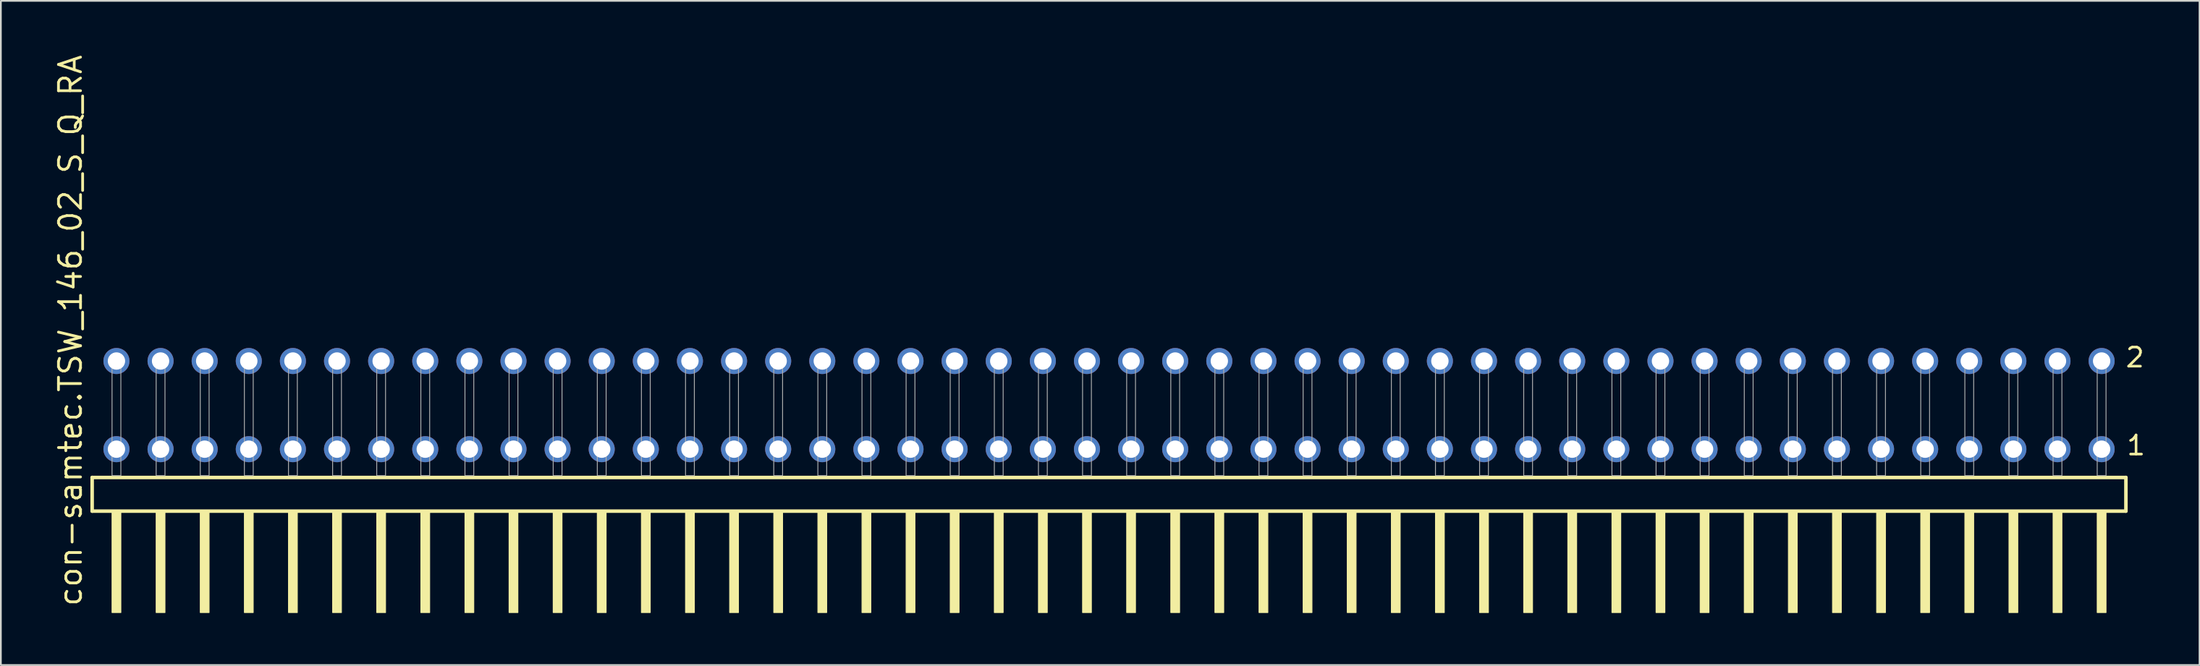
<source format=kicad_pcb>
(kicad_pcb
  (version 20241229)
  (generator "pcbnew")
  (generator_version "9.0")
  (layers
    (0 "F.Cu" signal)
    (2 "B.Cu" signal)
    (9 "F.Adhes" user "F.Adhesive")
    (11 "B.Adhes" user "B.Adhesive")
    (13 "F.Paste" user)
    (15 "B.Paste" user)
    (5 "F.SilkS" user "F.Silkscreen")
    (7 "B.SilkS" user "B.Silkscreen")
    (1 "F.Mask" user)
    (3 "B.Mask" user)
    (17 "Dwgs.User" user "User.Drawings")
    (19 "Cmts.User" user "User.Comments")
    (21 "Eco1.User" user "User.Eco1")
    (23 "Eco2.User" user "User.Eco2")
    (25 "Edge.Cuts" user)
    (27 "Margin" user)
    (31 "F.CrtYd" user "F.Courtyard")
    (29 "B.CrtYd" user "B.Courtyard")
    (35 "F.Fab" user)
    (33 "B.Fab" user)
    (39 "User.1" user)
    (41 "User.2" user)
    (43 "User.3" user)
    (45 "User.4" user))
  (footprint "con-samtec.TSW_146_02_S_Q_RA"
    (layer "F.Cu")
    (at 60.805 24.356)
    (property "Reference" "con-samtec.TSW_146_02_S_Q_RA" (at -59.055 7.62 90) (layer "F.SilkS") (effects (font (size 1.27 1.27) (thickness 0.16)) (justify left bottom)))
    (attr through_hole)
    (fp_line (start -58.549 0.106) (end -58.549 2.046) (stroke (width 0.203) (type default)) (layer "F.SilkS"))
    (fp_line (start -58.549 2.046) (end 58.549 2.046) (stroke (width 0.203) (type default)) (layer "F.SilkS"))
    (fp_line (start 58.549 0.106) (end -58.549 0.106) (stroke (width 0.203) (type default)) (layer "F.SilkS"))
    (fp_line (start 58.549 2.046) (end 58.549 0.106) (stroke (width 0.203) (type default)) (layer "F.SilkS"))
    (fp_rect (start -57.404 7.89) (end -56.896 2.04) (stroke (width 0.05) (type default)) (fill yes) (layer "F.SilkS"))
    (fp_rect (start -54.864 7.89) (end -54.356 2.04) (stroke (width 0.05) (type default)) (fill yes) (layer "F.SilkS"))
    (fp_rect (start -52.324 7.89) (end -51.816 2.04) (stroke (width 0.05) (type default)) (fill yes) (layer "F.SilkS"))
    (fp_rect (start -49.784 7.89) (end -49.276 2.04) (stroke (width 0.05) (type default)) (fill yes) (layer "F.SilkS"))
    (fp_rect (start -47.244 7.89) (end -46.736 2.04) (stroke (width 0.05) (type default)) (fill yes) (layer "F.SilkS"))
    (fp_rect (start -44.704 7.89) (end -44.196 2.04) (stroke (width 0.05) (type default)) (fill yes) (layer "F.SilkS"))
    (fp_rect (start -42.164 7.89) (end -41.656 2.04) (stroke (width 0.05) (type default)) (fill yes) (layer "F.SilkS"))
    (fp_rect (start -39.624 7.89) (end -39.116 2.04) (stroke (width 0.05) (type default)) (fill yes) (layer "F.SilkS"))
    (fp_rect (start -37.084 7.89) (end -36.576 2.04) (stroke (width 0.05) (type default)) (fill yes) (layer "F.SilkS"))
    (fp_rect (start -34.544 7.89) (end -34.036 2.04) (stroke (width 0.05) (type default)) (fill yes) (layer "F.SilkS"))
    (fp_rect (start -32.004 7.89) (end -31.496 2.04) (stroke (width 0.05) (type default)) (fill yes) (layer "F.SilkS"))
    (fp_rect (start -29.464 7.89) (end -28.956 2.04) (stroke (width 0.05) (type default)) (fill yes) (layer "F.SilkS"))
    (fp_rect (start -26.924 7.89) (end -26.416 2.04) (stroke (width 0.05) (type default)) (fill yes) (layer "F.SilkS"))
    (fp_rect (start -24.384 7.89) (end -23.876 2.04) (stroke (width 0.05) (type default)) (fill yes) (layer "F.SilkS"))
    (fp_rect (start -21.844 7.89) (end -21.336 2.04) (stroke (width 0.05) (type default)) (fill yes) (layer "F.SilkS"))
    (fp_rect (start -19.304 7.89) (end -18.796 2.04) (stroke (width 0.05) (type default)) (fill yes) (layer "F.SilkS"))
    (fp_rect (start -16.764 7.89) (end -16.256 2.04) (stroke (width 0.05) (type default)) (fill yes) (layer "F.SilkS"))
    (fp_rect (start -14.224 7.89) (end -13.716 2.04) (stroke (width 0.05) (type default)) (fill yes) (layer "F.SilkS"))
    (fp_rect (start -11.684 7.89) (end -11.176 2.04) (stroke (width 0.05) (type default)) (fill yes) (layer "F.SilkS"))
    (fp_rect (start -9.144 7.89) (end -8.636 2.04) (stroke (width 0.05) (type default)) (fill yes) (layer "F.SilkS"))
    (fp_rect (start -6.604 7.89) (end -6.096 2.04) (stroke (width 0.05) (type default)) (fill yes) (layer "F.SilkS"))
    (fp_rect (start -4.064 7.89) (end -3.556 2.04) (stroke (width 0.05) (type default)) (fill yes) (layer "F.SilkS"))
    (fp_rect (start -1.524 7.89) (end -1.016 2.04) (stroke (width 0.05) (type default)) (fill yes) (layer "F.SilkS"))
    (fp_rect (start 1.016 7.89) (end 1.524 2.04) (stroke (width 0.05) (type default)) (fill yes) (layer "F.SilkS"))
    (fp_rect (start 3.556 7.89) (end 4.064 2.04) (stroke (width 0.05) (type default)) (fill yes) (layer "F.SilkS"))
    (fp_rect (start 6.096 7.89) (end 6.604 2.04) (stroke (width 0.05) (type default)) (fill yes) (layer "F.SilkS"))
    (fp_rect (start 8.636 7.89) (end 9.144 2.04) (stroke (width 0.05) (type default)) (fill yes) (layer "F.SilkS"))
    (fp_rect (start 11.176 7.89) (end 11.684 2.04) (stroke (width 0.05) (type default)) (fill yes) (layer "F.SilkS"))
    (fp_rect (start 13.716 7.89) (end 14.224 2.04) (stroke (width 0.05) (type default)) (fill yes) (layer "F.SilkS"))
    (fp_rect (start 16.256 7.89) (end 16.764 2.04) (stroke (width 0.05) (type default)) (fill yes) (layer "F.SilkS"))
    (fp_rect (start 18.796 7.89) (end 19.304 2.04) (stroke (width 0.05) (type default)) (fill yes) (layer "F.SilkS"))
    (fp_rect (start 21.336 7.89) (end 21.844 2.04) (stroke (width 0.05) (type default)) (fill yes) (layer "F.SilkS"))
    (fp_rect (start 23.876 7.89) (end 24.384 2.04) (stroke (width 0.05) (type default)) (fill yes) (layer "F.SilkS"))
    (fp_rect (start 26.416 7.89) (end 26.924 2.04) (stroke (width 0.05) (type default)) (fill yes) (layer "F.SilkS"))
    (fp_rect (start 28.956 7.89) (end 29.464 2.04) (stroke (width 0.05) (type default)) (fill yes) (layer "F.SilkS"))
    (fp_rect (start 31.496 7.89) (end 32.004 2.04) (stroke (width 0.05) (type default)) (fill yes) (layer "F.SilkS"))
    (fp_rect (start 34.036 7.89) (end 34.544 2.04) (stroke (width 0.05) (type default)) (fill yes) (layer "F.SilkS"))
    (fp_rect (start 36.576 7.89) (end 37.084 2.04) (stroke (width 0.05) (type default)) (fill yes) (layer "F.SilkS"))
    (fp_rect (start 39.116 7.89) (end 39.624 2.04) (stroke (width 0.05) (type default)) (fill yes) (layer "F.SilkS"))
    (fp_rect (start 41.656 7.89) (end 42.164 2.04) (stroke (width 0.05) (type default)) (fill yes) (layer "F.SilkS"))
    (fp_rect (start 44.196 7.89) (end 44.704 2.04) (stroke (width 0.05) (type default)) (fill yes) (layer "F.SilkS"))
    (fp_rect (start 46.736 7.89) (end 47.244 2.04) (stroke (width 0.05) (type default)) (fill yes) (layer "F.SilkS"))
    (fp_rect (start 49.276 7.89) (end 49.784 2.04) (stroke (width 0.05) (type default)) (fill yes) (layer "F.SilkS"))
    (fp_rect (start 51.816 7.89) (end 52.324 2.04) (stroke (width 0.05) (type default)) (fill yes) (layer "F.SilkS"))
    (fp_rect (start 54.356 7.89) (end 54.864 2.04) (stroke (width 0.05) (type default)) (fill yes) (layer "F.SilkS"))
    (fp_rect (start 56.896 7.89) (end 57.404 2.04) (stroke (width 0.05) (type default)) (fill yes) (layer "F.SilkS"))
    (fp_rect (start -57.404 0) (end -56.896 -6.858) (stroke (width 0.05) (type default)) (fill no) (layer "F.Fab"))
    (fp_rect (start -54.864 0) (end -54.356 -6.858) (stroke (width 0.05) (type default)) (fill no) (layer "F.Fab"))
    (fp_rect (start -52.324 0) (end -51.816 -6.858) (stroke (width 0.05) (type default)) (fill no) (layer "F.Fab"))
    (fp_rect (start -49.784 0) (end -49.276 -6.858) (stroke (width 0.05) (type default)) (fill no) (layer "F.Fab"))
    (fp_rect (start -47.244 0) (end -46.736 -6.858) (stroke (width 0.05) (type default)) (fill no) (layer "F.Fab"))
    (fp_rect (start -44.704 0) (end -44.196 -6.858) (stroke (width 0.05) (type default)) (fill no) (layer "F.Fab"))
    (fp_rect (start -42.164 0) (end -41.656 -6.858) (stroke (width 0.05) (type default)) (fill no) (layer "F.Fab"))
    (fp_rect (start -39.624 0) (end -39.116 -6.858) (stroke (width 0.05) (type default)) (fill no) (layer "F.Fab"))
    (fp_rect (start -37.084 0) (end -36.576 -6.858) (stroke (width 0.05) (type default)) (fill no) (layer "F.Fab"))
    (fp_rect (start -34.544 0) (end -34.036 -6.858) (stroke (width 0.05) (type default)) (fill no) (layer "F.Fab"))
    (fp_rect (start -32.004 0) (end -31.496 -6.858) (stroke (width 0.05) (type default)) (fill no) (layer "F.Fab"))
    (fp_rect (start -29.464 0) (end -28.956 -6.858) (stroke (width 0.05) (type default)) (fill no) (layer "F.Fab"))
    (fp_rect (start -26.924 0) (end -26.416 -6.858) (stroke (width 0.05) (type default)) (fill no) (layer "F.Fab"))
    (fp_rect (start -24.384 0) (end -23.876 -6.858) (stroke (width 0.05) (type default)) (fill no) (layer "F.Fab"))
    (fp_rect (start -21.844 0) (end -21.336 -6.858) (stroke (width 0.05) (type default)) (fill no) (layer "F.Fab"))
    (fp_rect (start -19.304 0) (end -18.796 -6.858) (stroke (width 0.05) (type default)) (fill no) (layer "F.Fab"))
    (fp_rect (start -16.764 0) (end -16.256 -6.858) (stroke (width 0.05) (type default)) (fill no) (layer "F.Fab"))
    (fp_rect (start -14.224 0) (end -13.716 -6.858) (stroke (width 0.05) (type default)) (fill no) (layer "F.Fab"))
    (fp_rect (start -11.684 0) (end -11.176 -6.858) (stroke (width 0.05) (type default)) (fill no) (layer "F.Fab"))
    (fp_rect (start -9.144 0) (end -8.636 -6.858) (stroke (width 0.05) (type default)) (fill no) (layer "F.Fab"))
    (fp_rect (start -6.604 0) (end -6.096 -6.858) (stroke (width 0.05) (type default)) (fill no) (layer "F.Fab"))
    (fp_rect (start -4.064 0) (end -3.556 -6.858) (stroke (width 0.05) (type default)) (fill no) (layer "F.Fab"))
    (fp_rect (start -1.524 0) (end -1.016 -6.858) (stroke (width 0.05) (type default)) (fill no) (layer "F.Fab"))
    (fp_rect (start 1.016 0) (end 1.524 -6.858) (stroke (width 0.05) (type default)) (fill no) (layer "F.Fab"))
    (fp_rect (start 3.556 0) (end 4.064 -6.858) (stroke (width 0.05) (type default)) (fill no) (layer "F.Fab"))
    (fp_rect (start 6.096 0) (end 6.604 -6.858) (stroke (width 0.05) (type default)) (fill no) (layer "F.Fab"))
    (fp_rect (start 8.636 0) (end 9.144 -6.858) (stroke (width 0.05) (type default)) (fill no) (layer "F.Fab"))
    (fp_rect (start 11.176 0) (end 11.684 -6.858) (stroke (width 0.05) (type default)) (fill no) (layer "F.Fab"))
    (fp_rect (start 13.716 0) (end 14.224 -6.858) (stroke (width 0.05) (type default)) (fill no) (layer "F.Fab"))
    (fp_rect (start 16.256 0) (end 16.764 -6.858) (stroke (width 0.05) (type default)) (fill no) (layer "F.Fab"))
    (fp_rect (start 18.796 0) (end 19.304 -6.858) (stroke (width 0.05) (type default)) (fill no) (layer "F.Fab"))
    (fp_rect (start 21.336 0) (end 21.844 -6.858) (stroke (width 0.05) (type default)) (fill no) (layer "F.Fab"))
    (fp_rect (start 23.876 0) (end 24.384 -6.858) (stroke (width 0.05) (type default)) (fill no) (layer "F.Fab"))
    (fp_rect (start 26.416 0) (end 26.924 -6.858) (stroke (width 0.05) (type default)) (fill no) (layer "F.Fab"))
    (fp_rect (start 28.956 0) (end 29.464 -6.858) (stroke (width 0.05) (type default)) (fill no) (layer "F.Fab"))
    (fp_rect (start 31.496 0) (end 32.004 -6.858) (stroke (width 0.05) (type default)) (fill no) (layer "F.Fab"))
    (fp_rect (start 34.036 0) (end 34.544 -6.858) (stroke (width 0.05) (type default)) (fill no) (layer "F.Fab"))
    (fp_rect (start 36.576 0) (end 37.084 -6.858) (stroke (width 0.05) (type default)) (fill no) (layer "F.Fab"))
    (fp_rect (start 39.116 0) (end 39.624 -6.858) (stroke (width 0.05) (type default)) (fill no) (layer "F.Fab"))
    (fp_rect (start 41.656 0) (end 42.164 -6.858) (stroke (width 0.05) (type default)) (fill no) (layer "F.Fab"))
    (fp_rect (start 44.196 0) (end 44.704 -6.858) (stroke (width 0.05) (type default)) (fill no) (layer "F.Fab"))
    (fp_rect (start 46.736 0) (end 47.244 -6.858) (stroke (width 0.05) (type default)) (fill no) (layer "F.Fab"))
    (fp_rect (start 49.276 0) (end 49.784 -6.858) (stroke (width 0.05) (type default)) (fill no) (layer "F.Fab"))
    (fp_rect (start 51.816 0) (end 52.324 -6.858) (stroke (width 0.05) (type default)) (fill no) (layer "F.Fab"))
    (fp_rect (start 54.356 0) (end 54.864 -6.858) (stroke (width 0.05) (type default)) (fill no) (layer "F.Fab"))
    (fp_rect (start 56.896 0) (end 57.404 -6.858) (stroke (width 0.05) (type default)) (fill no) (layer "F.Fab"))
    (fp_text user "2" (at 58.45 -6.165 0) (layer "F.SilkS") (effects (font (size 1.1 1.1) (thickness 0.15)) (justify left bottom)))
    (fp_text user "1" (at 58.51 -1.1 0) (layer "F.SilkS") (effects (font (size 1.1 1.1) (thickness 0.15)) (justify left bottom)))
    (pad "1" thru_hole circle (at 57.15 -1.524 180) (size 1.5 1.5) (drill 1) (layers "*.Cu" "*.Mask"))
    (pad "2" thru_hole circle (at 57.15 -6.604 180) (size 1.5 1.5) (drill 1) (layers "*.Cu" "*.Mask"))
    (pad "3" thru_hole circle (at 54.61 -1.524 180) (size 1.5 1.5) (drill 1) (layers "*.Cu" "*.Mask"))
    (pad "4" thru_hole circle (at 54.61 -6.604 180) (size 1.5 1.5) (drill 1) (layers "*.Cu" "*.Mask"))
    (pad "5" thru_hole circle (at 52.07 -1.524 180) (size 1.5 1.5) (drill 1) (layers "*.Cu" "*.Mask"))
    (pad "6" thru_hole circle (at 52.07 -6.604 180) (size 1.5 1.5) (drill 1) (layers "*.Cu" "*.Mask"))
    (pad "7" thru_hole circle (at 49.53 -1.524 180) (size 1.5 1.5) (drill 1) (layers "*.Cu" "*.Mask"))
    (pad "8" thru_hole circle (at 49.53 -6.604 180) (size 1.5 1.5) (drill 1) (layers "*.Cu" "*.Mask"))
    (pad "9" thru_hole circle (at 46.99 -1.524 180) (size 1.5 1.5) (drill 1) (layers "*.Cu" "*.Mask"))
    (pad "10" thru_hole circle (at 46.99 -6.604 180) (size 1.5 1.5) (drill 1) (layers "*.Cu" "*.Mask"))
    (pad "11" thru_hole circle (at 44.45 -1.524 180) (size 1.5 1.5) (drill 1) (layers "*.Cu" "*.Mask"))
    (pad "12" thru_hole circle (at 44.45 -6.604 180) (size 1.5 1.5) (drill 1) (layers "*.Cu" "*.Mask"))
    (pad "13" thru_hole circle (at 41.91 -1.524 180) (size 1.5 1.5) (drill 1) (layers "*.Cu" "*.Mask"))
    (pad "14" thru_hole circle (at 41.91 -6.604 180) (size 1.5 1.5) (drill 1) (layers "*.Cu" "*.Mask"))
    (pad "15" thru_hole circle (at 39.37 -1.524 180) (size 1.5 1.5) (drill 1) (layers "*.Cu" "*.Mask"))
    (pad "16" thru_hole circle (at 39.37 -6.604 180) (size 1.5 1.5) (drill 1) (layers "*.Cu" "*.Mask"))
    (pad "17" thru_hole circle (at 36.83 -1.524 180) (size 1.5 1.5) (drill 1) (layers "*.Cu" "*.Mask"))
    (pad "18" thru_hole circle (at 36.83 -6.604 180) (size 1.5 1.5) (drill 1) (layers "*.Cu" "*.Mask"))
    (pad "19" thru_hole circle (at 34.29 -1.524 180) (size 1.5 1.5) (drill 1) (layers "*.Cu" "*.Mask"))
    (pad "20" thru_hole circle (at 34.29 -6.604 180) (size 1.5 1.5) (drill 1) (layers "*.Cu" "*.Mask"))
    (pad "21" thru_hole circle (at 31.75 -1.524 180) (size 1.5 1.5) (drill 1) (layers "*.Cu" "*.Mask"))
    (pad "22" thru_hole circle (at 31.75 -6.604 180) (size 1.5 1.5) (drill 1) (layers "*.Cu" "*.Mask"))
    (pad "23" thru_hole circle (at 29.21 -1.524 180) (size 1.5 1.5) (drill 1) (layers "*.Cu" "*.Mask"))
    (pad "24" thru_hole circle (at 29.21 -6.604 180) (size 1.5 1.5) (drill 1) (layers "*.Cu" "*.Mask"))
    (pad "25" thru_hole circle (at 26.67 -1.524 180) (size 1.5 1.5) (drill 1) (layers "*.Cu" "*.Mask"))
    (pad "26" thru_hole circle (at 26.67 -6.604 180) (size 1.5 1.5) (drill 1) (layers "*.Cu" "*.Mask"))
    (pad "27" thru_hole circle (at 24.13 -1.524 180) (size 1.5 1.5) (drill 1) (layers "*.Cu" "*.Mask"))
    (pad "28" thru_hole circle (at 24.13 -6.604 180) (size 1.5 1.5) (drill 1) (layers "*.Cu" "*.Mask"))
    (pad "29" thru_hole circle (at 21.59 -1.524 180) (size 1.5 1.5) (drill 1) (layers "*.Cu" "*.Mask"))
    (pad "30" thru_hole circle (at 21.59 -6.604 180) (size 1.5 1.5) (drill 1) (layers "*.Cu" "*.Mask"))
    (pad "31" thru_hole circle (at 19.05 -1.524 180) (size 1.5 1.5) (drill 1) (layers "*.Cu" "*.Mask"))
    (pad "32" thru_hole circle (at 19.05 -6.604 180) (size 1.5 1.5) (drill 1) (layers "*.Cu" "*.Mask"))
    (pad "33" thru_hole circle (at 16.51 -1.524 180) (size 1.5 1.5) (drill 1) (layers "*.Cu" "*.Mask"))
    (pad "34" thru_hole circle (at 16.51 -6.604 180) (size 1.5 1.5) (drill 1) (layers "*.Cu" "*.Mask"))
    (pad "35" thru_hole circle (at 13.97 -1.524 180) (size 1.5 1.5) (drill 1) (layers "*.Cu" "*.Mask"))
    (pad "36" thru_hole circle (at 13.97 -6.604 180) (size 1.5 1.5) (drill 1) (layers "*.Cu" "*.Mask"))
    (pad "37" thru_hole circle (at 11.43 -1.524 180) (size 1.5 1.5) (drill 1) (layers "*.Cu" "*.Mask"))
    (pad "38" thru_hole circle (at 11.43 -6.604 180) (size 1.5 1.5) (drill 1) (layers "*.Cu" "*.Mask"))
    (pad "39" thru_hole circle (at 8.89 -1.524 180) (size 1.5 1.5) (drill 1) (layers "*.Cu" "*.Mask"))
    (pad "40" thru_hole circle (at 8.89 -6.604 180) (size 1.5 1.5) (drill 1) (layers "*.Cu" "*.Mask"))
    (pad "41" thru_hole circle (at 6.35 -1.524 180) (size 1.5 1.5) (drill 1) (layers "*.Cu" "*.Mask"))
    (pad "42" thru_hole circle (at 6.35 -6.604 180) (size 1.5 1.5) (drill 1) (layers "*.Cu" "*.Mask"))
    (pad "43" thru_hole circle (at 3.81 -1.524 180) (size 1.5 1.5) (drill 1) (layers "*.Cu" "*.Mask"))
    (pad "44" thru_hole circle (at 3.81 -6.604 180) (size 1.5 1.5) (drill 1) (layers "*.Cu" "*.Mask"))
    (pad "45" thru_hole circle (at 1.27 -1.524 180) (size 1.5 1.5) (drill 1) (layers "*.Cu" "*.Mask"))
    (pad "46" thru_hole circle (at 1.27 -6.604 180) (size 1.5 1.5) (drill 1) (layers "*.Cu" "*.Mask"))
    (pad "47" thru_hole circle (at -1.27 -1.524 180) (size 1.5 1.5) (drill 1) (layers "*.Cu" "*.Mask"))
    (pad "48" thru_hole circle (at -1.27 -6.604 180) (size 1.5 1.5) (drill 1) (layers "*.Cu" "*.Mask"))
    (pad "49" thru_hole circle (at -3.81 -1.524 180) (size 1.5 1.5) (drill 1) (layers "*.Cu" "*.Mask"))
    (pad "50" thru_hole circle (at -3.81 -6.604 180) (size 1.5 1.5) (drill 1) (layers "*.Cu" "*.Mask"))
    (pad "51" thru_hole circle (at -6.35 -1.524 180) (size 1.5 1.5) (drill 1) (layers "*.Cu" "*.Mask"))
    (pad "52" thru_hole circle (at -6.35 -6.604 180) (size 1.5 1.5) (drill 1) (layers "*.Cu" "*.Mask"))
    (pad "53" thru_hole circle (at -8.89 -1.524 180) (size 1.5 1.5) (drill 1) (layers "*.Cu" "*.Mask"))
    (pad "54" thru_hole circle (at -8.89 -6.604 180) (size 1.5 1.5) (drill 1) (layers "*.Cu" "*.Mask"))
    (pad "55" thru_hole circle (at -11.43 -1.524 180) (size 1.5 1.5) (drill 1) (layers "*.Cu" "*.Mask"))
    (pad "56" thru_hole circle (at -11.43 -6.604 180) (size 1.5 1.5) (drill 1) (layers "*.Cu" "*.Mask"))
    (pad "57" thru_hole circle (at -13.97 -1.524 180) (size 1.5 1.5) (drill 1) (layers "*.Cu" "*.Mask"))
    (pad "58" thru_hole circle (at -13.97 -6.604 180) (size 1.5 1.5) (drill 1) (layers "*.Cu" "*.Mask"))
    (pad "59" thru_hole circle (at -16.51 -1.524 180) (size 1.5 1.5) (drill 1) (layers "*.Cu" "*.Mask"))
    (pad "60" thru_hole circle (at -16.51 -6.604 180) (size 1.5 1.5) (drill 1) (layers "*.Cu" "*.Mask"))
    (pad "61" thru_hole circle (at -19.05 -1.524 180) (size 1.5 1.5) (drill 1) (layers "*.Cu" "*.Mask"))
    (pad "62" thru_hole circle (at -19.05 -6.604 180) (size 1.5 1.5) (drill 1) (layers "*.Cu" "*.Mask"))
    (pad "63" thru_hole circle (at -21.59 -1.524 180) (size 1.5 1.5) (drill 1) (layers "*.Cu" "*.Mask"))
    (pad "64" thru_hole circle (at -21.59 -6.604 180) (size 1.5 1.5) (drill 1) (layers "*.Cu" "*.Mask"))
    (pad "65" thru_hole circle (at -24.13 -1.524 180) (size 1.5 1.5) (drill 1) (layers "*.Cu" "*.Mask"))
    (pad "66" thru_hole circle (at -24.13 -6.604 180) (size 1.5 1.5) (drill 1) (layers "*.Cu" "*.Mask"))
    (pad "67" thru_hole circle (at -26.67 -1.524 180) (size 1.5 1.5) (drill 1) (layers "*.Cu" "*.Mask"))
    (pad "68" thru_hole circle (at -26.67 -6.604 180) (size 1.5 1.5) (drill 1) (layers "*.Cu" "*.Mask"))
    (pad "69" thru_hole circle (at -29.21 -1.524 180) (size 1.5 1.5) (drill 1) (layers "*.Cu" "*.Mask"))
    (pad "70" thru_hole circle (at -29.21 -6.604 180) (size 1.5 1.5) (drill 1) (layers "*.Cu" "*.Mask"))
    (pad "71" thru_hole circle (at -31.75 -1.524 180) (size 1.5 1.5) (drill 1) (layers "*.Cu" "*.Mask"))
    (pad "72" thru_hole circle (at -31.75 -6.604 180) (size 1.5 1.5) (drill 1) (layers "*.Cu" "*.Mask"))
    (pad "73" thru_hole circle (at -34.29 -1.524 180) (size 1.5 1.5) (drill 1) (layers "*.Cu" "*.Mask"))
    (pad "74" thru_hole circle (at -34.29 -6.604 180) (size 1.5 1.5) (drill 1) (layers "*.Cu" "*.Mask"))
    (pad "75" thru_hole circle (at -36.83 -1.524 180) (size 1.5 1.5) (drill 1) (layers "*.Cu" "*.Mask"))
    (pad "76" thru_hole circle (at -36.83 -6.604 180) (size 1.5 1.5) (drill 1) (layers "*.Cu" "*.Mask"))
    (pad "77" thru_hole circle (at -39.37 -1.524 180) (size 1.5 1.5) (drill 1) (layers "*.Cu" "*.Mask"))
    (pad "78" thru_hole circle (at -39.37 -6.604 180) (size 1.5 1.5) (drill 1) (layers "*.Cu" "*.Mask"))
    (pad "79" thru_hole circle (at -41.91 -1.524 180) (size 1.5 1.5) (drill 1) (layers "*.Cu" "*.Mask"))
    (pad "80" thru_hole circle (at -41.91 -6.604 180) (size 1.5 1.5) (drill 1) (layers "*.Cu" "*.Mask"))
    (pad "81" thru_hole circle (at -44.45 -1.524 180) (size 1.5 1.5) (drill 1) (layers "*.Cu" "*.Mask"))
    (pad "82" thru_hole circle (at -44.45 -6.604 180) (size 1.5 1.5) (drill 1) (layers "*.Cu" "*.Mask"))
    (pad "83" thru_hole circle (at -46.99 -1.524 180) (size 1.5 1.5) (drill 1) (layers "*.Cu" "*.Mask"))
    (pad "84" thru_hole circle (at -46.99 -6.604 180) (size 1.5 1.5) (drill 1) (layers "*.Cu" "*.Mask"))
    (pad "85" thru_hole circle (at -49.53 -1.524 180) (size 1.5 1.5) (drill 1) (layers "*.Cu" "*.Mask"))
    (pad "86" thru_hole circle (at -49.53 -6.604 180) (size 1.5 1.5) (drill 1) (layers "*.Cu" "*.Mask"))
    (pad "87" thru_hole circle (at -52.07 -1.524 180) (size 1.5 1.5) (drill 1) (layers "*.Cu" "*.Mask"))
    (pad "88" thru_hole circle (at -52.07 -6.604 180) (size 1.5 1.5) (drill 1) (layers "*.Cu" "*.Mask"))
    (pad "89" thru_hole circle (at -54.61 -1.524 180) (size 1.5 1.5) (drill 1) (layers "*.Cu" "*.Mask"))
    (pad "90" thru_hole circle (at -54.61 -6.604 180) (size 1.5 1.5) (drill 1) (layers "*.Cu" "*.Mask"))
    (pad "91" thru_hole circle (at -57.15 -1.524 180) (size 1.5 1.5) (drill 1) (layers "*.Cu" "*.Mask"))
    (pad "92" thru_hole circle (at -57.15 -6.604 180) (size 1.5 1.5) (drill 1) (layers "*.Cu" "*.Mask")))
  (gr_rect
    (start -3 -3)
    (end 123.593 35.271)
    (stroke (width 0.1) (type default))
    (fill no)
    (layer "Edge.Cuts")))
</source>
